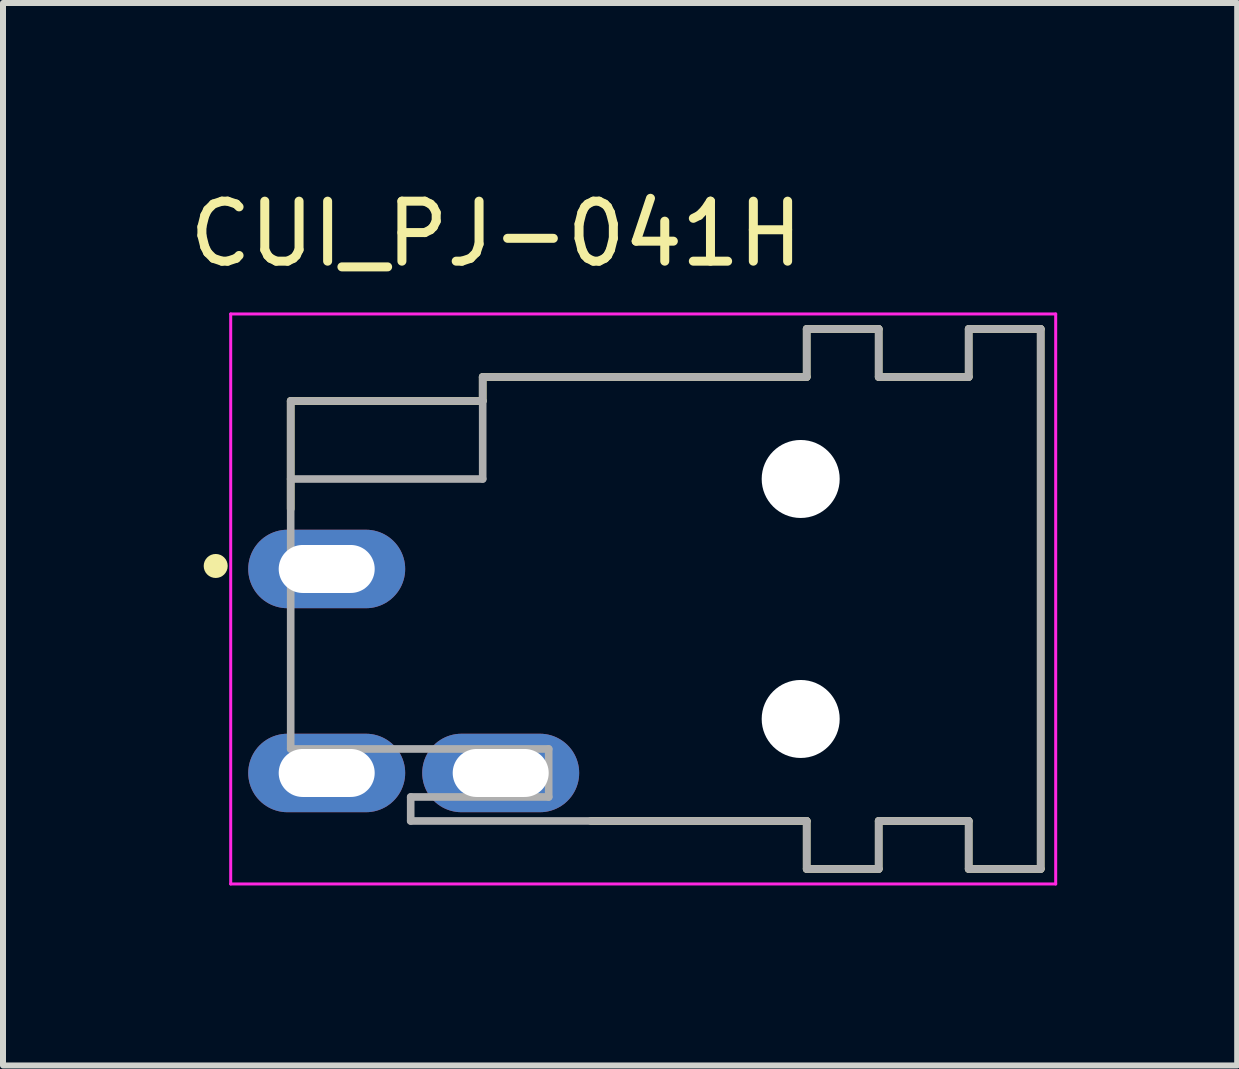
<source format=kicad_pcb>
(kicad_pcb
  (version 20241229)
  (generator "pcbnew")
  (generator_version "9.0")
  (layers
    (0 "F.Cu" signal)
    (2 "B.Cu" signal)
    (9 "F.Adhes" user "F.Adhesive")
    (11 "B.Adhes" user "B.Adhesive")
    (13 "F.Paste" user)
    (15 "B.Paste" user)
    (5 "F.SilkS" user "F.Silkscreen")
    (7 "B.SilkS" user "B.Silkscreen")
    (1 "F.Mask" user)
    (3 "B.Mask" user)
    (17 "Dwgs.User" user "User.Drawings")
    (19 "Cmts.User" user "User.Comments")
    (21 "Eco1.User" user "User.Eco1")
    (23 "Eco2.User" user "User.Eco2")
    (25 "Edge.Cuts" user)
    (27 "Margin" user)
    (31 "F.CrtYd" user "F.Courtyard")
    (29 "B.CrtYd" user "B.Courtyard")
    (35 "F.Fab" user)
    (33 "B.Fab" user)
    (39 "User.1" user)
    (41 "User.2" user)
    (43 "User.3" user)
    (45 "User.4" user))
  (footprint "CUI_PJ-041H"
    (layer "F.Cu")
    (at 8.045 6.933)
    (property "Reference" "CUI_PJ-041H" (at -2.825 -6.085 0) (layer "F.SilkS") (effects (font (size 1 1) (thickness 0.15))))
    (attr through_hole)
    (fp_line (start -6.25 -3.3) (end -3.05 -3.3) (stroke (width 0.127) (type solid)) (layer "F.SilkS"))
    (fp_line (start -6.25 -1.5) (end -6.25 -3.3) (stroke (width 0.127) (type solid)) (layer "F.SilkS"))
    (fp_line (start -3.05 -3.7) (end 2.35 -3.7) (stroke (width 0.127) (type solid)) (layer "F.SilkS"))
    (fp_line (start -3.05 -3.3) (end -3.05 -3.7) (stroke (width 0.127) (type solid)) (layer "F.SilkS"))
    (fp_line (start 2.35 -4.5) (end 3.55 -4.5) (stroke (width 0.127) (type solid)) (layer "F.SilkS"))
    (fp_line (start 2.35 -3.7) (end 2.35 -4.5) (stroke (width 0.127) (type solid)) (layer "F.SilkS"))
    (fp_line (start 2.35 3.7) (end -1.25 3.7) (stroke (width 0.127) (type solid)) (layer "F.SilkS"))
    (fp_line (start 2.35 4.5) (end 2.35 3.7) (stroke (width 0.127) (type solid)) (layer "F.SilkS"))
    (fp_line (start 3.55 -4.5) (end 3.55 -3.7) (stroke (width 0.127) (type solid)) (layer "F.SilkS"))
    (fp_line (start 3.55 -3.7) (end 5.05 -3.7) (stroke (width 0.127) (type solid)) (layer "F.SilkS"))
    (fp_line (start 3.55 3.7) (end 3.55 4.5) (stroke (width 0.127) (type solid)) (layer "F.SilkS"))
    (fp_line (start 3.55 4.5) (end 2.35 4.5) (stroke (width 0.127) (type solid)) (layer "F.SilkS"))
    (fp_line (start 5.05 -4.5) (end 6.25 -4.5) (stroke (width 0.127) (type solid)) (layer "F.SilkS"))
    (fp_line (start 5.05 -3.7) (end 5.05 -4.5) (stroke (width 0.127) (type solid)) (layer "F.SilkS"))
    (fp_line (start 5.05 3.7) (end 3.55 3.7) (stroke (width 0.127) (type solid)) (layer "F.SilkS"))
    (fp_line (start 5.05 4.5) (end 5.05 3.7) (stroke (width 0.127) (type solid)) (layer "F.SilkS"))
    (fp_line (start 6.25 4.5) (end 5.05 4.5) (stroke (width 0.127) (type solid)) (layer "F.SilkS"))
    (fp_line (start 6.25 4.5) (end 6.25 -4.5) (stroke (width 0.127) (type solid)) (layer "F.SilkS"))
    (fp_circle (center -7.5 -0.55) (end -7.4 -0.55) (stroke (width 0.2) (type solid)) (fill no) (layer "F.SilkS"))
    (fp_line (start -7.25 -4.75) (end 6.5 -4.75) (stroke (width 0.05) (type solid)) (layer "F.CrtYd"))
    (fp_line (start -7.25 4.75) (end -7.25 -4.75) (stroke (width 0.05) (type solid)) (layer "F.CrtYd"))
    (fp_line (start 6.5 -4.75) (end 6.5 4.75) (stroke (width 0.05) (type solid)) (layer "F.CrtYd"))
    (fp_line (start 6.5 4.75) (end -7.25 4.75) (stroke (width 0.05) (type solid)) (layer "F.CrtYd"))
    (fp_line (start -6.25 -3.3) (end -3.05 -3.3) (stroke (width 0.127) (type solid)) (layer "F.Fab"))
    (fp_line (start -6.25 -2) (end -6.25 -3.3) (stroke (width 0.127) (type solid)) (layer "F.Fab"))
    (fp_line (start -6.25 2.5) (end -6.25 -2) (stroke (width 0.127) (type solid)) (layer "F.Fab"))
    (fp_line (start -4.25 3.3) (end -1.95 3.3) (stroke (width 0.127) (type solid)) (layer "F.Fab"))
    (fp_line (start -4.25 3.7) (end -4.25 3.3) (stroke (width 0.127) (type solid)) (layer "F.Fab"))
    (fp_line (start -3.05 -3.7) (end -3.05 -3.3) (stroke (width 0.127) (type solid)) (layer "F.Fab"))
    (fp_line (start -3.05 -3.3) (end -3.05 -2) (stroke (width 0.127) (type solid)) (layer "F.Fab"))
    (fp_line (start -3.05 -2) (end -6.25 -2) (stroke (width 0.127) (type solid)) (layer "F.Fab"))
    (fp_line (start -1.95 2.5) (end -6.25 2.5) (stroke (width 0.127) (type solid)) (layer "F.Fab"))
    (fp_line (start -1.95 3.3) (end -1.95 2.5) (stroke (width 0.127) (type solid)) (layer "F.Fab"))
    (fp_line (start 2.35 -4.5) (end 2.35 -3.7) (stroke (width 0.127) (type solid)) (layer "F.Fab"))
    (fp_line (start 2.35 -3.7) (end -3.05 -3.7) (stroke (width 0.127) (type solid)) (layer "F.Fab"))
    (fp_line (start 2.35 3.7) (end -4.25 3.7) (stroke (width 0.127) (type solid)) (layer "F.Fab"))
    (fp_line (start 2.35 4.5) (end 2.35 3.7) (stroke (width 0.127) (type solid)) (layer "F.Fab"))
    (fp_line (start 3.55 -4.5) (end 2.35 -4.5) (stroke (width 0.127) (type solid)) (layer "F.Fab"))
    (fp_line (start 3.55 -3.7) (end 3.55 -4.5) (stroke (width 0.127) (type solid)) (layer "F.Fab"))
    (fp_line (start 3.55 3.7) (end 3.55 4.5) (stroke (width 0.127) (type solid)) (layer "F.Fab"))
    (fp_line (start 3.55 4.5) (end 2.35 4.5) (stroke (width 0.127) (type solid)) (layer "F.Fab"))
    (fp_line (start 5.05 -4.5) (end 5.05 -3.7) (stroke (width 0.127) (type solid)) (layer "F.Fab"))
    (fp_line (start 5.05 -3.7) (end 3.55 -3.7) (stroke (width 0.127) (type solid)) (layer "F.Fab"))
    (fp_line (start 5.05 3.7) (end 3.55 3.7) (stroke (width 0.127) (type solid)) (layer "F.Fab"))
    (fp_line (start 5.05 4.5) (end 5.05 3.7) (stroke (width 0.127) (type solid)) (layer "F.Fab"))
    (fp_line (start 6.25 -4.5) (end 5.05 -4.5) (stroke (width 0.127) (type solid)) (layer "F.Fab"))
    (fp_line (start 6.25 4.5) (end 5.05 4.5) (stroke (width 0.127) (type solid)) (layer "F.Fab"))
    (fp_line (start 6.25 4.5) (end 6.25 -4.5) (stroke (width 0.127) (type solid)) (layer "F.Fab"))
    (pad "" np_thru_hole circle (at 2.25 -2) (size 1.3 1.3) (drill 1.3) (layers "*.Cu" "*.Mask"))
    (pad "" np_thru_hole circle (at 2.25 2) (size 1.3 1.3) (drill 1.3) (layers "*.Cu" "*.Mask"))
    (pad "1" thru_hole oval (at -5.65 -0.5) (size 2.616 1.308) (drill oval 1.6 0.8) (layers "*.Cu" "*.Mask"))
    (pad "2" thru_hole oval (at -2.75 2.9) (size 2.616 1.308) (drill oval 1.6 0.8) (layers "*.Cu" "*.Mask"))
    (pad "3" thru_hole oval (at -5.65 2.9) (size 2.616 1.308) (drill oval 1.6 0.8) (layers "*.Cu" "*.Mask")))
  (gr_rect
    (start -3 -3)
    (end 17.57 14.708)
    (stroke (width 0.1) (type default))
    (fill no)
    (layer "Edge.Cuts")))
</source>
